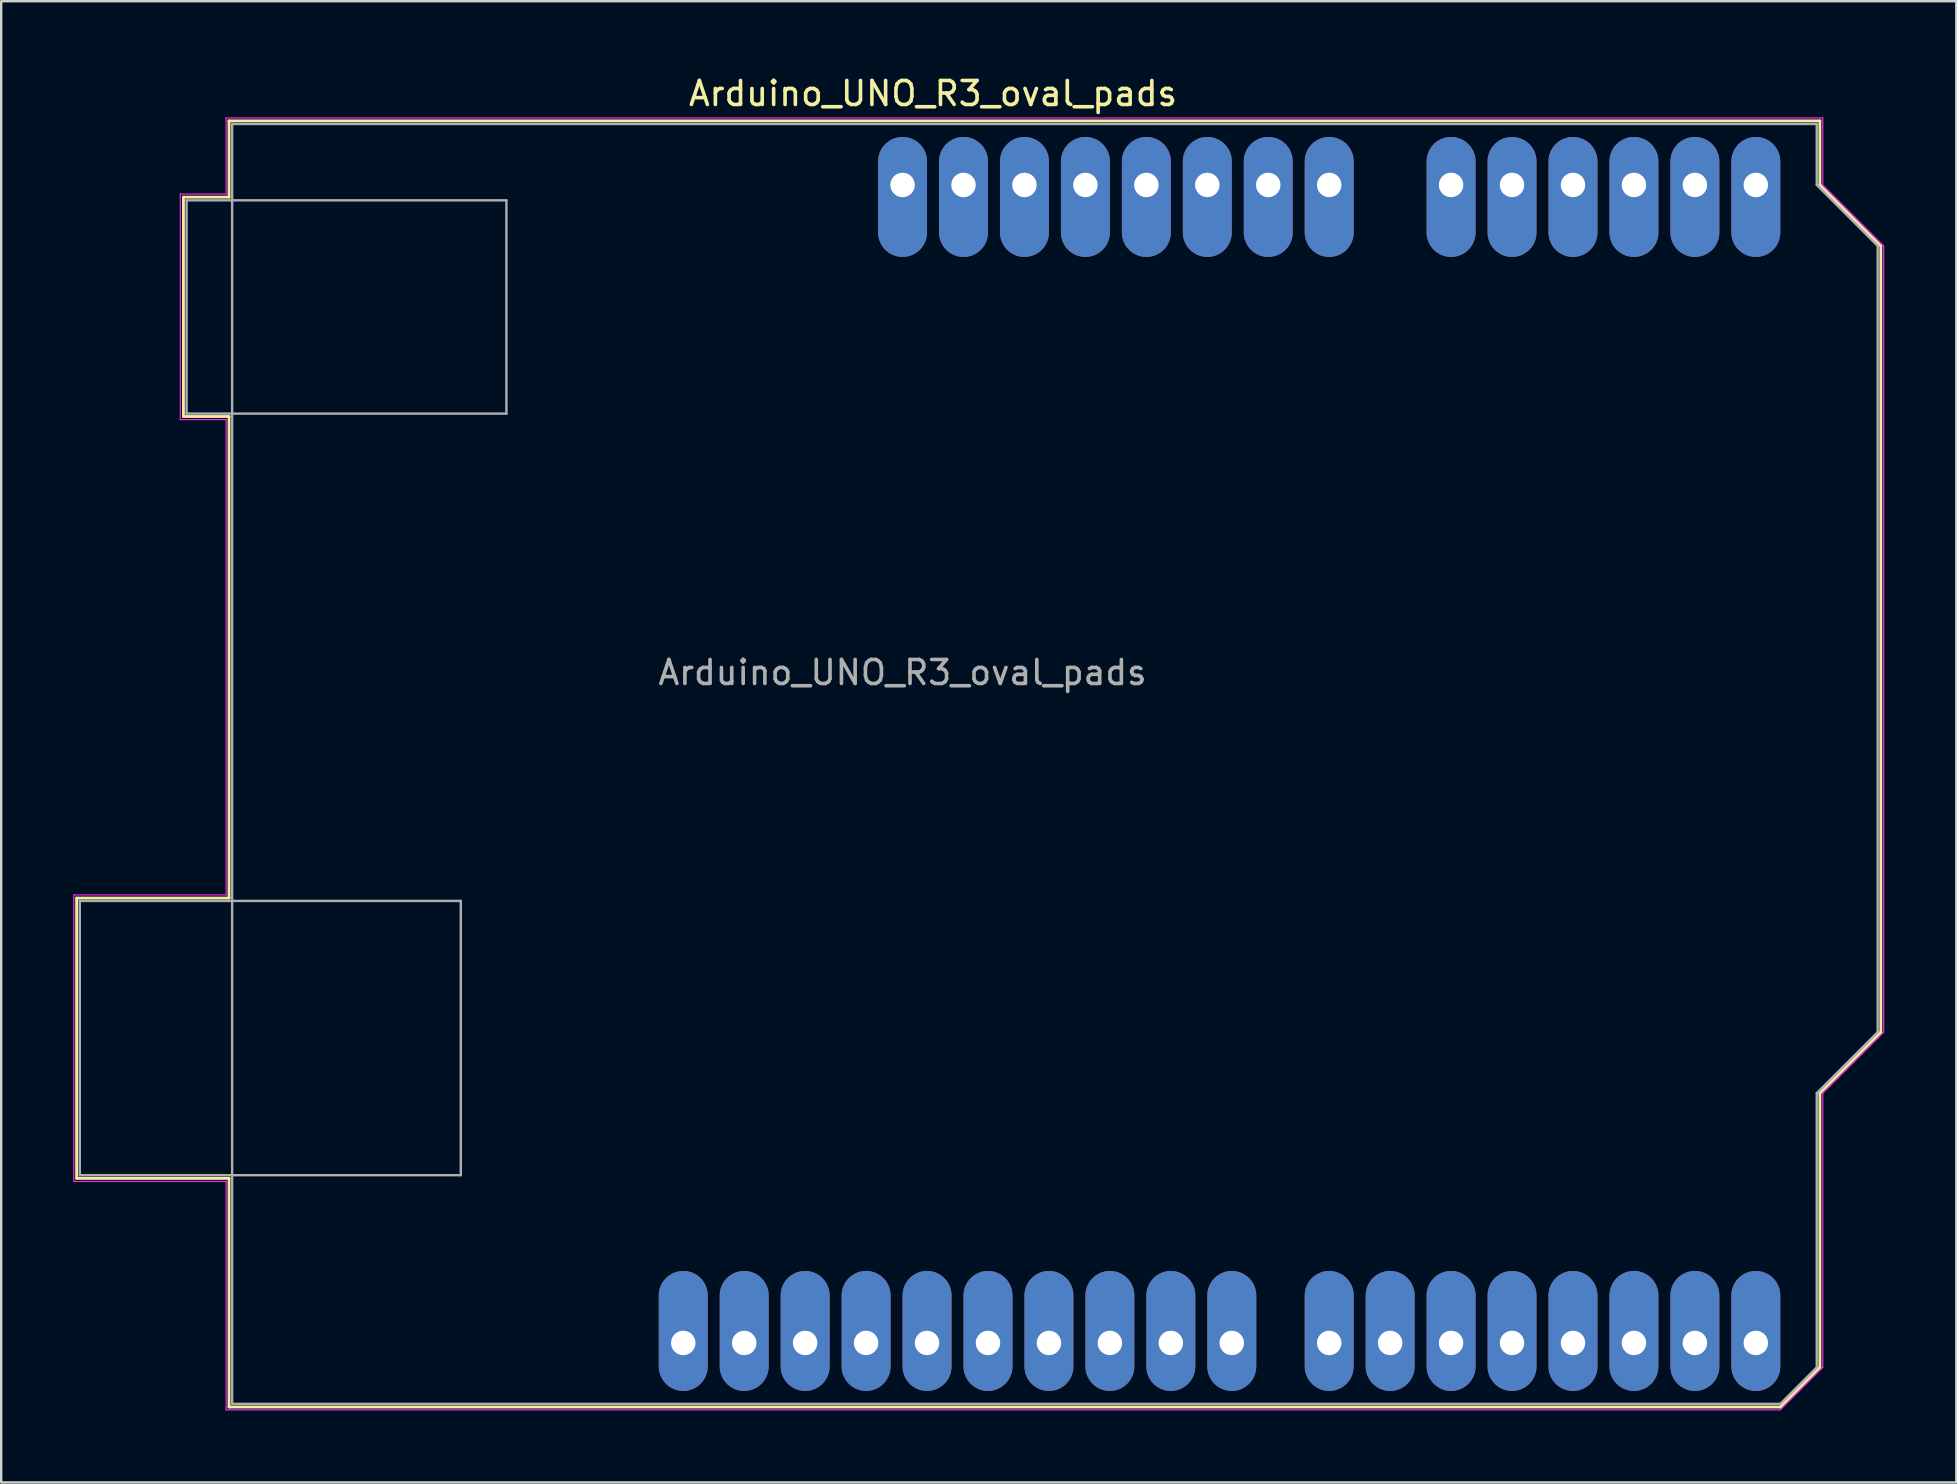
<source format=kicad_pcb>
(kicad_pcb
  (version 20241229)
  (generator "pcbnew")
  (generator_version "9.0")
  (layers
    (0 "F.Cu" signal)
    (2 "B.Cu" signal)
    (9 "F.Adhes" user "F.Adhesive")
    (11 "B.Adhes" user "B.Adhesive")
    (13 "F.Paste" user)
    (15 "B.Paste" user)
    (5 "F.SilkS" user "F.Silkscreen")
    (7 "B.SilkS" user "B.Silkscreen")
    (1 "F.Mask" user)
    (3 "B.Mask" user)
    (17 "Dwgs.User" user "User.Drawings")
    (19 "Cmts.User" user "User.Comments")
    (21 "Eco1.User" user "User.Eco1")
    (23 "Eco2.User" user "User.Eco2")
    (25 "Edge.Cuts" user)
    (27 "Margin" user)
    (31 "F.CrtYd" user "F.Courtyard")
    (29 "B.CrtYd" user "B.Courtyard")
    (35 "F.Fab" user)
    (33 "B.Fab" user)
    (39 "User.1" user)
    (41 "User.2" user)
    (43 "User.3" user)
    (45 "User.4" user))
  (footprint "Arduino_UNO_R3_oval_pads"
    (layer "F.Cu")
    (at 34.565 4.658)
    (property "Reference" "Arduino_UNO_R3_oval_pads" (at 1.27 -3.81 0) (layer "F.SilkS") (effects (font (size 1 1) (thickness 0.15))))
    (attr through_hole)
    (fp_line (start -34.42 29.72) (end -34.42 41.4) (stroke (width 0.12) (type solid)) (layer "F.SilkS"))
    (fp_line (start -34.42 41.4) (end -28.07 41.4) (stroke (width 0.12) (type solid)) (layer "F.SilkS"))
    (fp_line (start -29.97 0.51) (end -29.97 9.65) (stroke (width 0.12) (type solid)) (layer "F.SilkS"))
    (fp_line (start -29.97 9.65) (end -28.07 9.65) (stroke (width 0.12) (type solid)) (layer "F.SilkS"))
    (fp_line (start -28.07 -2.67) (end -28.07 0.51) (stroke (width 0.12) (type solid)) (layer "F.SilkS"))
    (fp_line (start -28.07 0.51) (end -29.97 0.51) (stroke (width 0.12) (type solid)) (layer "F.SilkS"))
    (fp_line (start -28.07 9.65) (end -28.07 29.72) (stroke (width 0.12) (type solid)) (layer "F.SilkS"))
    (fp_line (start -28.07 29.72) (end -34.42 29.72) (stroke (width 0.12) (type solid)) (layer "F.SilkS"))
    (fp_line (start -28.07 41.4) (end -28.07 50.93) (stroke (width 0.12) (type solid)) (layer "F.SilkS"))
    (fp_line (start -28.07 50.93) (end 36.58 50.93) (stroke (width 0.12) (type solid)) (layer "F.SilkS"))
    (fp_line (start 36.58 50.93) (end 38.23 49.28) (stroke (width 0.12) (type solid)) (layer "F.SilkS"))
    (fp_line (start 38.23 -2.67) (end -28.07 -2.67) (stroke (width 0.12) (type solid)) (layer "F.SilkS"))
    (fp_line (start 38.23 0) (end 38.23 -2.67) (stroke (width 0.12) (type solid)) (layer "F.SilkS"))
    (fp_line (start 38.23 37.85) (end 40.77 35.31) (stroke (width 0.12) (type solid)) (layer "F.SilkS"))
    (fp_line (start 38.23 49.28) (end 38.23 37.85) (stroke (width 0.12) (type solid)) (layer "F.SilkS"))
    (fp_line (start 40.77 2.54) (end 38.23 0) (stroke (width 0.12) (type solid)) (layer "F.SilkS"))
    (fp_line (start 40.77 35.31) (end 40.77 2.54) (stroke (width 0.12) (type solid)) (layer "F.SilkS"))
    (fp_line (start -34.54 29.59) (end -28.19 29.59) (stroke (width 0.05) (type solid)) (layer "F.CrtYd"))
    (fp_line (start -34.54 41.53) (end -34.54 29.59) (stroke (width 0.05) (type solid)) (layer "F.CrtYd"))
    (fp_line (start -30.1 0.38) (end -28.19 0.38) (stroke (width 0.05) (type solid)) (layer "F.CrtYd"))
    (fp_line (start -30.1 9.78) (end -30.1 0.38) (stroke (width 0.05) (type solid)) (layer "F.CrtYd"))
    (fp_line (start -28.19 -2.79) (end 38.35 -2.79) (stroke (width 0.05) (type solid)) (layer "F.CrtYd"))
    (fp_line (start -28.19 0.38) (end -28.19 -2.79) (stroke (width 0.05) (type solid)) (layer "F.CrtYd"))
    (fp_line (start -28.19 9.78) (end -30.1 9.78) (stroke (width 0.05) (type solid)) (layer "F.CrtYd"))
    (fp_line (start -28.19 29.59) (end -28.19 9.78) (stroke (width 0.05) (type solid)) (layer "F.CrtYd"))
    (fp_line (start -28.19 41.53) (end -34.54 41.53) (stroke (width 0.05) (type solid)) (layer "F.CrtYd"))
    (fp_line (start -28.19 51.05) (end -28.19 41.53) (stroke (width 0.05) (type solid)) (layer "F.CrtYd"))
    (fp_line (start 36.58 51.05) (end -28.19 51.05) (stroke (width 0.05) (type solid)) (layer "F.CrtYd"))
    (fp_line (start 38.35 -2.79) (end 38.35 0) (stroke (width 0.05) (type solid)) (layer "F.CrtYd"))
    (fp_line (start 38.35 0) (end 40.89 2.54) (stroke (width 0.05) (type solid)) (layer "F.CrtYd"))
    (fp_line (start 38.35 37.85) (end 38.35 49.28) (stroke (width 0.05) (type solid)) (layer "F.CrtYd"))
    (fp_line (start 38.35 49.28) (end 36.58 51.05) (stroke (width 0.05) (type solid)) (layer "F.CrtYd"))
    (fp_line (start 40.89 2.54) (end 40.89 35.31) (stroke (width 0.05) (type solid)) (layer "F.CrtYd"))
    (fp_line (start 40.89 35.31) (end 38.35 37.85) (stroke (width 0.05) (type solid)) (layer "F.CrtYd"))
    (fp_line (start -34.29 29.84) (end -18.41 29.84) (stroke (width 0.1) (type solid)) (layer "F.Fab"))
    (fp_line (start -34.29 41.27) (end -34.29 29.84) (stroke (width 0.1) (type solid)) (layer "F.Fab"))
    (fp_line (start -29.84 0.64) (end -16.51 0.64) (stroke (width 0.1) (type solid)) (layer "F.Fab"))
    (fp_line (start -29.84 9.53) (end -29.84 0.64) (stroke (width 0.1) (type solid)) (layer "F.Fab"))
    (fp_line (start -27.94 -2.54) (end 38.1 -2.54) (stroke (width 0.1) (type solid)) (layer "F.Fab"))
    (fp_line (start -27.94 50.8) (end -27.94 -2.54) (stroke (width 0.1) (type solid)) (layer "F.Fab"))
    (fp_line (start -18.41 29.84) (end -18.41 41.27) (stroke (width 0.1) (type solid)) (layer "F.Fab"))
    (fp_line (start -18.41 41.27) (end -34.29 41.27) (stroke (width 0.1) (type solid)) (layer "F.Fab"))
    (fp_line (start -16.51 0.64) (end -16.51 9.53) (stroke (width 0.1) (type solid)) (layer "F.Fab"))
    (fp_line (start -16.51 9.53) (end -29.84 9.53) (stroke (width 0.1) (type solid)) (layer "F.Fab"))
    (fp_line (start 36.58 50.8) (end -27.94 50.8) (stroke (width 0.1) (type solid)) (layer "F.Fab"))
    (fp_line (start 38.1 -2.54) (end 38.1 0) (stroke (width 0.1) (type solid)) (layer "F.Fab"))
    (fp_line (start 38.1 0) (end 40.64 2.54) (stroke (width 0.1) (type solid)) (layer "F.Fab"))
    (fp_line (start 38.1 37.85) (end 38.1 49.28) (stroke (width 0.1) (type solid)) (layer "F.Fab"))
    (fp_line (start 38.1 49.28) (end 36.58 50.8) (stroke (width 0.1) (type solid)) (layer "F.Fab"))
    (fp_line (start 40.64 2.54) (end 40.64 35.31) (stroke (width 0.1) (type solid)) (layer "F.Fab"))
    (fp_line (start 40.64 35.31) (end 38.1 37.85) (stroke (width 0.1) (type solid)) (layer "F.Fab"))
    (fp_text user "${REFERENCE}" (at 0 20.32 0) (layer "F.Fab") (effects (font (size 1 1) (thickness 0.15))))
    (pad "1" thru_hole oval (at 0 0 90) (size 5 2.04) (drill 1.02 (offset -0.5 0)) (layers "*.Cu" "*.Mask"))
    (pad "2" thru_hole oval (at 2.54 0 90) (size 5 2.04) (drill 1.02 (offset -0.5 0)) (layers "*.Cu" "*.Mask"))
    (pad "3" thru_hole oval (at 5.08 0 90) (size 5 2.04) (drill 1.02 (offset -0.5 0)) (layers "*.Cu" "*.Mask"))
    (pad "4" thru_hole oval (at 7.62 0 90) (size 5 2.04) (drill 1.02 (offset -0.5 0)) (layers "*.Cu" "*.Mask"))
    (pad "5" thru_hole oval (at 10.16 0 90) (size 5 2.04) (drill 1.02 (offset -0.5 0)) (layers "*.Cu" "*.Mask"))
    (pad "6" thru_hole oval (at 12.7 0 90) (size 5 2.04) (drill 1.02 (offset -0.5 0)) (layers "*.Cu" "*.Mask"))
    (pad "7" thru_hole oval (at 15.24 0 90) (size 5 2.04) (drill 1.02 (offset -0.5 0)) (layers "*.Cu" "*.Mask"))
    (pad "8" thru_hole oval (at 17.78 0 90) (size 5 2.04) (drill 1.02 (offset -0.5 0)) (layers "*.Cu" "*.Mask"))
    (pad "9" thru_hole oval (at 22.86 0 90) (size 5 2.04) (drill 1.02 (offset -0.5 0)) (layers "*.Cu" "*.Mask"))
    (pad "10" thru_hole oval (at 25.4 0 90) (size 5 2.04) (drill 1.02 (offset -0.5 0)) (layers "*.Cu" "*.Mask"))
    (pad "11" thru_hole oval (at 27.94 0 90) (size 5 2.04) (drill 1.02 (offset -0.5 0)) (layers "*.Cu" "*.Mask"))
    (pad "12" thru_hole oval (at 30.48 0 90) (size 5 2.04) (drill 1.02 (offset -0.5 0)) (layers "*.Cu" "*.Mask"))
    (pad "13" thru_hole oval (at 33.02 0 90) (size 5 2.04) (drill 1.02 (offset -0.5 0)) (layers "*.Cu" "*.Mask"))
    (pad "14" thru_hole oval (at 35.56 0 90) (size 5 2.04) (drill 1.02 (offset -0.5 0)) (layers "*.Cu" "*.Mask"))
    (pad "15" thru_hole oval (at 35.56 48.26 270) (size 5 2.04) (drill 1.02 (offset -0.5 0)) (layers "*.Cu" "*.Mask"))
    (pad "16" thru_hole oval (at 33.02 48.26 270) (size 5 2.04) (drill 1.02 (offset -0.5 0)) (layers "*.Cu" "*.Mask"))
    (pad "17" thru_hole oval (at 30.48 48.26 270) (size 5 2.04) (drill 1.02 (offset -0.5 0)) (layers "*.Cu" "*.Mask"))
    (pad "18" thru_hole oval (at 27.94 48.26 270) (size 5 2.04) (drill 1.02 (offset -0.5 0)) (layers "*.Cu" "*.Mask"))
    (pad "19" thru_hole oval (at 25.4 48.26 270) (size 5 2.04) (drill 1.02 (offset -0.5 0)) (layers "*.Cu" "*.Mask"))
    (pad "20" thru_hole oval (at 22.86 48.26 270) (size 5 2.04) (drill 1.02 (offset -0.5 0)) (layers "*.Cu" "*.Mask"))
    (pad "21" thru_hole oval (at 20.32 48.26 270) (size 5 2.04) (drill 1.02 (offset -0.5 0)) (layers "*.Cu" "*.Mask"))
    (pad "22" thru_hole oval (at 17.78 48.26 270) (size 5 2.04) (drill 1.02 (offset -0.5 0)) (layers "*.Cu" "*.Mask"))
    (pad "23" thru_hole oval (at 13.72 48.26 270) (size 5 2.04) (drill 1.02 (offset -0.5 0)) (layers "*.Cu" "*.Mask"))
    (pad "24" thru_hole oval (at 11.18 48.26 270) (size 5 2.04) (drill 1.02 (offset -0.5 0)) (layers "*.Cu" "*.Mask"))
    (pad "25" thru_hole oval (at 8.64 48.26 270) (size 5 2.04) (drill 1.02 (offset -0.5 0)) (layers "*.Cu" "*.Mask"))
    (pad "26" thru_hole oval (at 6.1 48.26 270) (size 5 2.04) (drill 1.02 (offset -0.5 0)) (layers "*.Cu" "*.Mask"))
    (pad "27" thru_hole oval (at 3.56 48.26 270) (size 5 2.04) (drill 1.02 (offset -0.5 0)) (layers "*.Cu" "*.Mask"))
    (pad "28" thru_hole oval (at 1.02 48.26 270) (size 5 2.04) (drill 1.02 (offset -0.5 0)) (layers "*.Cu" "*.Mask"))
    (pad "29" thru_hole oval (at -1.52 48.26 270) (size 5 2.04) (drill 1.02 (offset -0.5 0)) (layers "*.Cu" "*.Mask"))
    (pad "30" thru_hole oval (at -4.06 48.26 270) (size 5 2.04) (drill 1.02 (offset -0.5 0)) (layers "*.Cu" "*.Mask"))
    (pad "31" thru_hole oval (at -6.6 48.26 270) (size 5 2.04) (drill 1.02 (offset -0.5 0)) (layers "*.Cu" "*.Mask"))
    (pad "32" thru_hole oval (at -9.14 48.26 270) (size 5 2.04) (drill 1.02 (offset -0.5 0)) (layers "*.Cu" "*.Mask")))
  (gr_rect
    (start -3 -3)
    (end 78.48 58.733)
    (stroke (width 0.1) (type default))
    (fill no)
    (layer "Edge.Cuts")))
</source>
